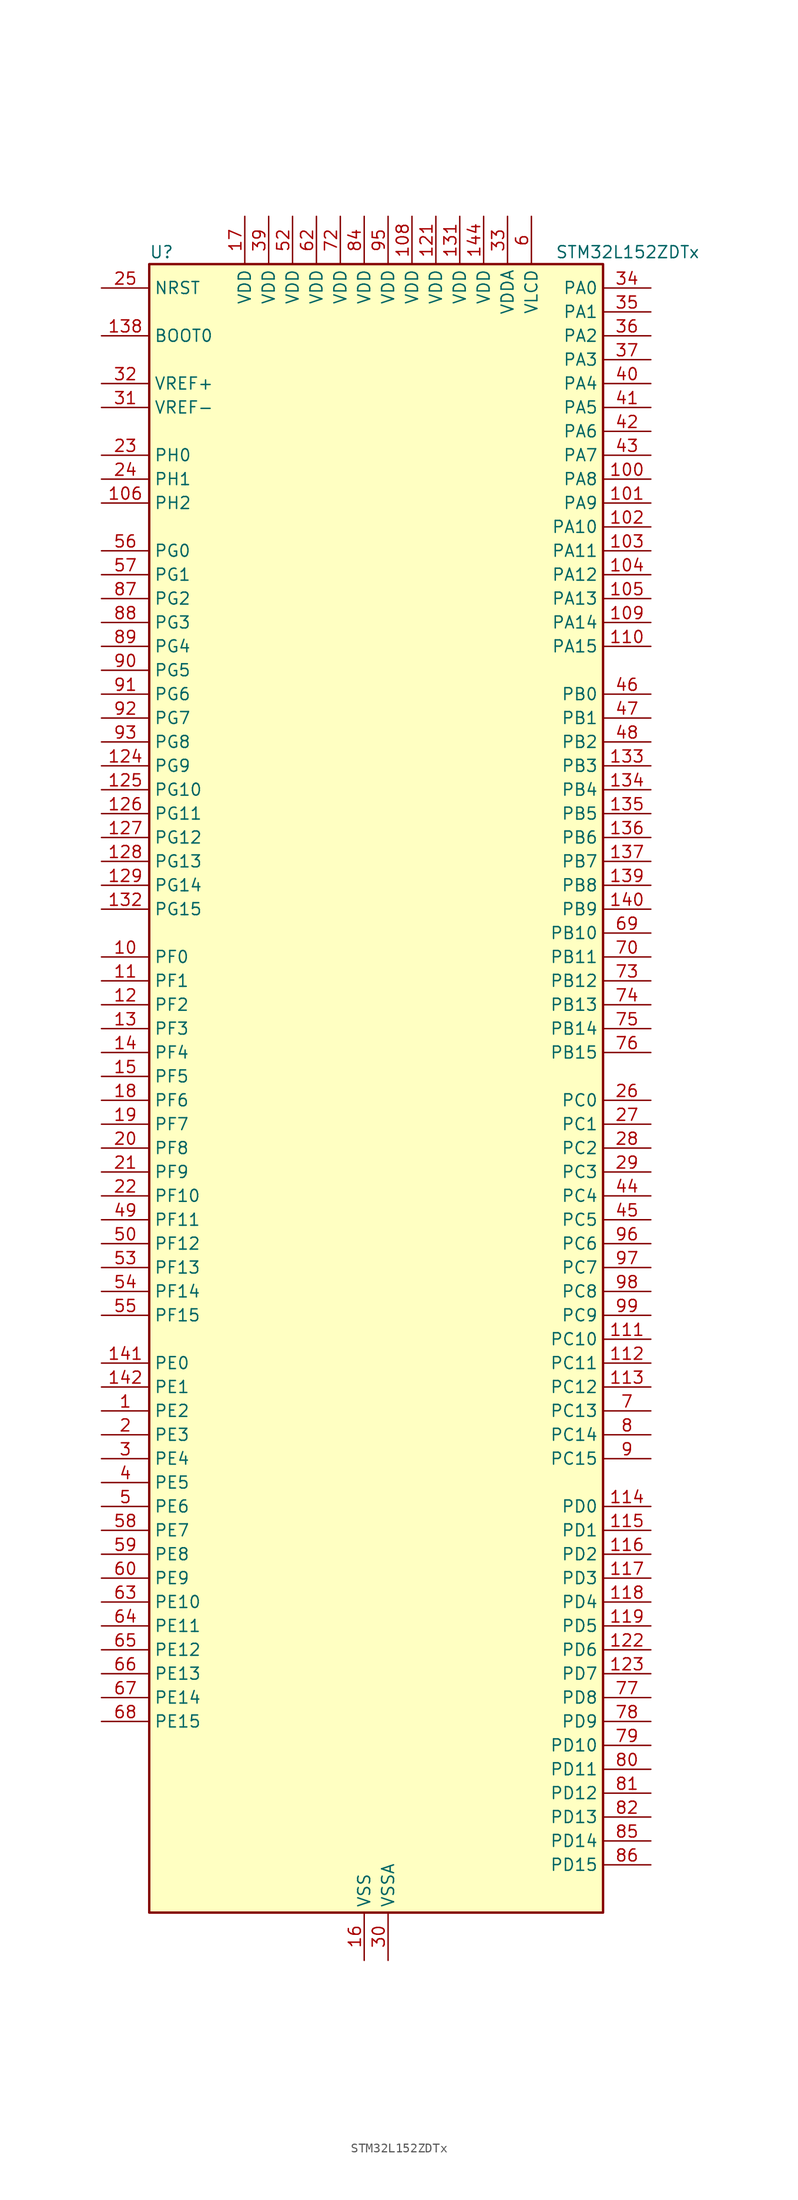
<source format=kicad_sym>
(kicad_symbol_lib
  (version 20231120)
  (generator "kicad-library-utils")
  (generator_version "8.0")
  (symbol "STM32L152ZDTx"
    (property "Reference" "U"
      (at -22.86 90.17 0)
      (effects (font (size 1.27 1.27)) (justify left)))
    (property "Value" "STM32L152ZDTx"
      (at 20.32 90.17 0)
      (effects (font (size 1.27 1.27)) (justify left)))
    (symbol "STM32L152ZDTx_0_1"
      (rectangle (start -22.86 -86.36) (end 25.4 88.9) (stroke (width 0.254) (type default)) (fill (type background))))
    (symbol "STM32L152ZDTx_1_1"
      (pin bidirectional line (at -27.94 -33.02 0) (length 5.08) (name "PE2" (effects (font (size 1.27 1.27)))) (number "1" (effects (font (size 1.27 1.27)))) (alternate "FSMC_A23" bidirectional line) (alternate "LCD_SEG38" bidirectional line) (alternate "SYS_TRACECK" bidirectional line) (alternate "TIM3_ETR" bidirectional line) (alternate "TIMX_IC3" bidirectional line))
      (pin bidirectional line (at -27.94 15.24 0) (length 5.08) (name "PF0" (effects (font (size 1.27 1.27)))) (number "10" (effects (font (size 1.27 1.27)))) (alternate "FSMC_A0" bidirectional line))
      (pin bidirectional line (at 30.48 66.04 180) (length 5.08) (name "PA8" (effects (font (size 1.27 1.27)))) (number "100" (effects (font (size 1.27 1.27)))) (alternate "LCD_COM0" bidirectional line) (alternate "RCC_MCO" bidirectional line) (alternate "TIMX_IC1" bidirectional line) (alternate "TS_G4_IO1" bidirectional line) (alternate "USART1_CK" bidirectional line))
      (pin bidirectional line (at 30.48 63.5 180) (length 5.08) (name "PA9" (effects (font (size 1.27 1.27)))) (number "101" (effects (font (size 1.27 1.27)))) (alternate "DAC_EXTI9" bidirectional line) (alternate "LCD_COM1" bidirectional line) (alternate "TIMX_IC2" bidirectional line) (alternate "TS_G4_IO2" bidirectional line) (alternate "USART1_TX" bidirectional line))
      (pin bidirectional line (at 30.48 60.96 180) (length 5.08) (name "PA10" (effects (font (size 1.27 1.27)))) (number "102" (effects (font (size 1.27 1.27)))) (alternate "LCD_COM2" bidirectional line) (alternate "TIMX_IC3" bidirectional line) (alternate "TS_G4_IO3" bidirectional line) (alternate "USART1_RX" bidirectional line))
      (pin bidirectional line (at 30.48 58.42 180) (length 5.08) (name "PA11" (effects (font (size 1.27 1.27)))) (number "103" (effects (font (size 1.27 1.27)))) (alternate "ADC_EXTI11" bidirectional line) (alternate "SPI1_MISO" bidirectional line) (alternate "TIMX_IC4" bidirectional line) (alternate "USART1_CTS" bidirectional line) (alternate "USB_DM" bidirectional line))
      (pin bidirectional line (at 30.48 55.88 180) (length 5.08) (name "PA12" (effects (font (size 1.27 1.27)))) (number "104" (effects (font (size 1.27 1.27)))) (alternate "SPI1_MOSI" bidirectional line) (alternate "TIMX_IC1" bidirectional line) (alternate "USART1_RTS" bidirectional line) (alternate "USB_DP" bidirectional line))
      (pin bidirectional line (at 30.48 53.34 180) (length 5.08) (name "PA13" (effects (font (size 1.27 1.27)))) (number "105" (effects (font (size 1.27 1.27)))) (alternate "SYS_JTMS-SWDIO" bidirectional line) (alternate "TIMX_IC2" bidirectional line) (alternate "TS_G5_IO1" bidirectional line))
      (pin bidirectional line (at -27.94 63.5 0) (length 5.08) (name "PH2" (effects (font (size 1.27 1.27)))) (number "106" (effects (font (size 1.27 1.27)))) (alternate "FSMC_A22" bidirectional line))
      (pin passive line (at 0 -91.44 90) (length 5.08) hide (name "VSS" (effects (font (size 1.27 1.27)))) (number "107" (effects (font (size 1.27 1.27)))))
      (pin power_in line (at 5.08 93.98 270) (length 5.08) (name "VDD" (effects (font (size 1.27 1.27)))) (number "108" (effects (font (size 1.27 1.27)))))
      (pin bidirectional line (at 30.48 50.8 180) (length 5.08) (name "PA14" (effects (font (size 1.27 1.27)))) (number "109" (effects (font (size 1.27 1.27)))) (alternate "SYS_JTCK-SWCLK" bidirectional line) (alternate "TIMX_IC3" bidirectional line) (alternate "TS_G5_IO2" bidirectional line))
      (pin bidirectional line (at -27.94 12.7 0) (length 5.08) (name "PF1" (effects (font (size 1.27 1.27)))) (number "11" (effects (font (size 1.27 1.27)))) (alternate "FSMC_A1" bidirectional line))
      (pin bidirectional line (at 30.48 48.26 180) (length 5.08) (name "PA15" (effects (font (size 1.27 1.27)))) (number "110" (effects (font (size 1.27 1.27)))) (alternate "ADC_EXTI15" bidirectional line) (alternate "I2S3_WS" bidirectional line) (alternate "LCD_SEG17" bidirectional line) (alternate "SPI1_NSS" bidirectional line) (alternate "SPI3_NSS" bidirectional line) (alternate "SYS_JTDI" bidirectional line) (alternate "TIM2_CH1" bidirectional line) (alternate "TIM2_ETR" bidirectional line) (alternate "TIMX_IC4" bidirectional line) (alternate "TS_G5_IO3" bidirectional line))
      (pin bidirectional line (at 30.48 -25.4 180) (length 5.08) (name "PC10" (effects (font (size 1.27 1.27)))) (number "111" (effects (font (size 1.27 1.27)))) (alternate "I2S3_CK" bidirectional line) (alternate "LCD_COM4" bidirectional line) (alternate "LCD_SEG28" bidirectional line) (alternate "LCD_SEG40" bidirectional line) (alternate "SDIO_D2" bidirectional line) (alternate "SPI3_SCK" bidirectional line) (alternate "TIMX_IC3" bidirectional line) (alternate "UART4_TX" bidirectional line) (alternate "USART3_TX" bidirectional line))
      (pin bidirectional line (at 30.48 -27.94 180) (length 5.08) (name "PC11" (effects (font (size 1.27 1.27)))) (number "112" (effects (font (size 1.27 1.27)))) (alternate "ADC_EXTI11" bidirectional line) (alternate "LCD_COM5" bidirectional line) (alternate "LCD_SEG29" bidirectional line) (alternate "LCD_SEG41" bidirectional line) (alternate "SDIO_D3" bidirectional line) (alternate "SPI3_MISO" bidirectional line) (alternate "TIMX_IC4" bidirectional line) (alternate "UART4_RX" bidirectional line) (alternate "USART3_RX" bidirectional line))
      (pin bidirectional line (at 30.48 -30.48 180) (length 5.08) (name "PC12" (effects (font (size 1.27 1.27)))) (number "113" (effects (font (size 1.27 1.27)))) (alternate "I2S3_SD" bidirectional line) (alternate "LCD_COM6" bidirectional line) (alternate "LCD_SEG30" bidirectional line) (alternate "LCD_SEG42" bidirectional line) (alternate "SDIO_CK" bidirectional line) (alternate "SPI3_MOSI" bidirectional line) (alternate "TIMX_IC1" bidirectional line) (alternate "UART5_TX" bidirectional line) (alternate "USART3_CK" bidirectional line))
      (pin bidirectional line (at 30.48 -43.18 180) (length 5.08) (name "PD0" (effects (font (size 1.27 1.27)))) (number "114" (effects (font (size 1.27 1.27)))) (alternate "FSMC_D2" bidirectional line) (alternate "FSMC_DA2" bidirectional line) (alternate "I2S2_WS" bidirectional line) (alternate "SPI2_NSS" bidirectional line) (alternate "TIM9_CH1" bidirectional line) (alternate "TIMX_IC1" bidirectional line))
      (pin bidirectional line (at 30.48 -45.72 180) (length 5.08) (name "PD1" (effects (font (size 1.27 1.27)))) (number "115" (effects (font (size 1.27 1.27)))) (alternate "FSMC_D3" bidirectional line) (alternate "FSMC_DA3" bidirectional line) (alternate "I2S2_CK" bidirectional line) (alternate "SPI2_SCK" bidirectional line) (alternate "TIMX_IC2" bidirectional line))
      (pin bidirectional line (at 30.48 -48.26 180) (length 5.08) (name "PD2" (effects (font (size 1.27 1.27)))) (number "116" (effects (font (size 1.27 1.27)))) (alternate "LCD_COM7" bidirectional line) (alternate "LCD_SEG31" bidirectional line) (alternate "LCD_SEG43" bidirectional line) (alternate "SDIO_CMD" bidirectional line) (alternate "TIM3_ETR" bidirectional line) (alternate "TIMX_IC3" bidirectional line) (alternate "UART5_RX" bidirectional line))
      (pin bidirectional line (at 30.48 -50.8 180) (length 5.08) (name "PD3" (effects (font (size 1.27 1.27)))) (number "117" (effects (font (size 1.27 1.27)))) (alternate "FSMC_CLK" bidirectional line) (alternate "SPI2_MISO" bidirectional line) (alternate "TIMX_IC4" bidirectional line) (alternate "USART2_CTS" bidirectional line))
      (pin bidirectional line (at 30.48 -53.34 180) (length 5.08) (name "PD4" (effects (font (size 1.27 1.27)))) (number "118" (effects (font (size 1.27 1.27)))) (alternate "FSMC_NOE" bidirectional line) (alternate "I2S2_SD" bidirectional line) (alternate "SPI2_MOSI" bidirectional line) (alternate "TIMX_IC1" bidirectional line) (alternate "USART2_RTS" bidirectional line))
      (pin bidirectional line (at 30.48 -55.88 180) (length 5.08) (name "PD5" (effects (font (size 1.27 1.27)))) (number "119" (effects (font (size 1.27 1.27)))) (alternate "FSMC_NWE" bidirectional line) (alternate "TIMX_IC2" bidirectional line) (alternate "USART2_TX" bidirectional line))
      (pin bidirectional line (at -27.94 10.16 0) (length 5.08) (name "PF2" (effects (font (size 1.27 1.27)))) (number "12" (effects (font (size 1.27 1.27)))) (alternate "FSMC_A2" bidirectional line))
      (pin passive line (at 0 -91.44 90) (length 5.08) hide (name "VSS" (effects (font (size 1.27 1.27)))) (number "120" (effects (font (size 1.27 1.27)))))
      (pin power_in line (at 7.62 93.98 270) (length 5.08) (name "VDD" (effects (font (size 1.27 1.27)))) (number "121" (effects (font (size 1.27 1.27)))))
      (pin bidirectional line (at 30.48 -58.42 180) (length 5.08) (name "PD6" (effects (font (size 1.27 1.27)))) (number "122" (effects (font (size 1.27 1.27)))) (alternate "FSMC_NWAIT" bidirectional line) (alternate "TIMX_IC3" bidirectional line) (alternate "USART2_RX" bidirectional line))
      (pin bidirectional line (at 30.48 -60.96 180) (length 5.08) (name "PD7" (effects (font (size 1.27 1.27)))) (number "123" (effects (font (size 1.27 1.27)))) (alternate "FSMC_NE1" bidirectional line) (alternate "TIM9_CH2" bidirectional line) (alternate "TIMX_IC4" bidirectional line) (alternate "USART2_CK" bidirectional line))
      (pin bidirectional line (at -27.94 35.56 0) (length 5.08) (name "PG9" (effects (font (size 1.27 1.27)))) (number "124" (effects (font (size 1.27 1.27)))) (alternate "DAC_EXTI9" bidirectional line) (alternate "FSMC_NE2" bidirectional line))
      (pin bidirectional line (at -27.94 33.02 0) (length 5.08) (name "PG10" (effects (font (size 1.27 1.27)))) (number "125" (effects (font (size 1.27 1.27)))) (alternate "FSMC_NE3" bidirectional line))
      (pin bidirectional line (at -27.94 30.48 0) (length 5.08) (name "PG11" (effects (font (size 1.27 1.27)))) (number "126" (effects (font (size 1.27 1.27)))) (alternate "ADC_EXTI11" bidirectional line))
      (pin bidirectional line (at -27.94 27.94 0) (length 5.08) (name "PG12" (effects (font (size 1.27 1.27)))) (number "127" (effects (font (size 1.27 1.27)))) (alternate "FSMC_NE4" bidirectional line))
      (pin bidirectional line (at -27.94 25.4 0) (length 5.08) (name "PG13" (effects (font (size 1.27 1.27)))) (number "128" (effects (font (size 1.27 1.27)))) (alternate "FSMC_A24" bidirectional line))
      (pin bidirectional line (at -27.94 22.86 0) (length 5.08) (name "PG14" (effects (font (size 1.27 1.27)))) (number "129" (effects (font (size 1.27 1.27)))) (alternate "FSMC_A25" bidirectional line))
      (pin bidirectional line (at -27.94 7.62 0) (length 5.08) (name "PF3" (effects (font (size 1.27 1.27)))) (number "13" (effects (font (size 1.27 1.27)))) (alternate "FSMC_A3" bidirectional line))
      (pin passive line (at 0 -91.44 90) (length 5.08) hide (name "VSS" (effects (font (size 1.27 1.27)))) (number "130" (effects (font (size 1.27 1.27)))))
      (pin power_in line (at 10.16 93.98 270) (length 5.08) (name "VDD" (effects (font (size 1.27 1.27)))) (number "131" (effects (font (size 1.27 1.27)))))
      (pin bidirectional line (at -27.94 20.32 0) (length 5.08) (name "PG15" (effects (font (size 1.27 1.27)))) (number "132" (effects (font (size 1.27 1.27)))) (alternate "ADC_EXTI15" bidirectional line))
      (pin bidirectional line (at 30.48 35.56 180) (length 5.08) (name "PB3" (effects (font (size 1.27 1.27)))) (number "133" (effects (font (size 1.27 1.27)))) (alternate "COMP2_INM" bidirectional line) (alternate "I2S3_CK" bidirectional line) (alternate "LCD_SEG7" bidirectional line) (alternate "SPI1_SCK" bidirectional line) (alternate "SPI3_SCK" bidirectional line) (alternate "SYS_JTDO-TRACESWO" bidirectional line) (alternate "TIM2_CH2" bidirectional line))
      (pin bidirectional line (at 30.48 33.02 180) (length 5.08) (name "PB4" (effects (font (size 1.27 1.27)))) (number "134" (effects (font (size 1.27 1.27)))) (alternate "COMP2_INP" bidirectional line) (alternate "LCD_SEG8" bidirectional line) (alternate "SPI1_MISO" bidirectional line) (alternate "SPI3_MISO" bidirectional line) (alternate "SYS_JTRST" bidirectional line) (alternate "TIM3_CH1" bidirectional line) (alternate "TS_G6_IO1" bidirectional line))
      (pin bidirectional line (at 30.48 30.48 180) (length 5.08) (name "PB5" (effects (font (size 1.27 1.27)))) (number "135" (effects (font (size 1.27 1.27)))) (alternate "COMP2_INP" bidirectional line) (alternate "I2C1_SMBA" bidirectional line) (alternate "I2S3_SD" bidirectional line) (alternate "LCD_SEG9" bidirectional line) (alternate "SPI1_MOSI" bidirectional line) (alternate "SPI3_MOSI" bidirectional line) (alternate "TIM3_CH2" bidirectional line) (alternate "TS_G6_IO2" bidirectional line))
      (pin bidirectional line (at 30.48 27.94 180) (length 5.08) (name "PB6" (effects (font (size 1.27 1.27)))) (number "136" (effects (font (size 1.27 1.27)))) (alternate "COMP2_INP" bidirectional line) (alternate "I2C1_SCL" bidirectional line) (alternate "TIM4_CH1" bidirectional line) (alternate "TS_G6_IO3" bidirectional line) (alternate "USART1_TX" bidirectional line))
      (pin bidirectional line (at 30.48 25.4 180) (length 5.08) (name "PB7" (effects (font (size 1.27 1.27)))) (number "137" (effects (font (size 1.27 1.27)))) (alternate "COMP2_INP" bidirectional line) (alternate "FSMC_NL" bidirectional line) (alternate "I2C1_SDA" bidirectional line) (alternate "SYS_PVD_IN" bidirectional line) (alternate "TIM4_CH2" bidirectional line) (alternate "TS_G6_IO4" bidirectional line) (alternate "USART1_RX" bidirectional line))
      (pin input line (at -27.94 81.28 0) (length 5.08) (name "BOOT0" (effects (font (size 1.27 1.27)))) (number "138" (effects (font (size 1.27 1.27)))))
      (pin bidirectional line (at 30.48 22.86 180) (length 5.08) (name "PB8" (effects (font (size 1.27 1.27)))) (number "139" (effects (font (size 1.27 1.27)))) (alternate "I2C1_SCL" bidirectional line) (alternate "LCD_SEG16" bidirectional line) (alternate "SDIO_D4" bidirectional line) (alternate "TIM10_CH1" bidirectional line) (alternate "TIM4_CH3" bidirectional line))
      (pin bidirectional line (at -27.94 5.08 0) (length 5.08) (name "PF4" (effects (font (size 1.27 1.27)))) (number "14" (effects (font (size 1.27 1.27)))) (alternate "FSMC_A4" bidirectional line))
      (pin bidirectional line (at 30.48 20.32 180) (length 5.08) (name "PB9" (effects (font (size 1.27 1.27)))) (number "140" (effects (font (size 1.27 1.27)))) (alternate "DAC_EXTI9" bidirectional line) (alternate "I2C1_SDA" bidirectional line) (alternate "LCD_COM3" bidirectional line) (alternate "SDIO_D5" bidirectional line) (alternate "TIM11_CH1" bidirectional line) (alternate "TIM4_CH4" bidirectional line))
      (pin bidirectional line (at -27.94 -27.94 0) (length 5.08) (name "PE0" (effects (font (size 1.27 1.27)))) (number "141" (effects (font (size 1.27 1.27)))) (alternate "FSMC_NBL0" bidirectional line) (alternate "LCD_SEG36" bidirectional line) (alternate "TIM10_CH1" bidirectional line) (alternate "TIM4_ETR" bidirectional line) (alternate "TIMX_IC1" bidirectional line))
      (pin bidirectional line (at -27.94 -30.48 0) (length 5.08) (name "PE1" (effects (font (size 1.27 1.27)))) (number "142" (effects (font (size 1.27 1.27)))) (alternate "FSMC_NBL1" bidirectional line) (alternate "LCD_SEG37" bidirectional line) (alternate "TIM11_CH1" bidirectional line) (alternate "TIMX_IC2" bidirectional line))
      (pin passive line (at 0 -91.44 90) (length 5.08) hide (name "VSS" (effects (font (size 1.27 1.27)))) (number "143" (effects (font (size 1.27 1.27)))))
      (pin power_in line (at 12.7 93.98 270) (length 5.08) (name "VDD" (effects (font (size 1.27 1.27)))) (number "144" (effects (font (size 1.27 1.27)))))
      (pin bidirectional line (at -27.94 2.54 0) (length 5.08) (name "PF5" (effects (font (size 1.27 1.27)))) (number "15" (effects (font (size 1.27 1.27)))) (alternate "FSMC_A5" bidirectional line))
      (pin power_in line (at 0 -91.44 90) (length 5.08) (name "VSS" (effects (font (size 1.27 1.27)))) (number "16" (effects (font (size 1.27 1.27)))))
      (pin power_in line (at -12.7 93.98 270) (length 5.08) (name "VDD" (effects (font (size 1.27 1.27)))) (number "17" (effects (font (size 1.27 1.27)))))
      (pin bidirectional line (at -27.94 0 0) (length 5.08) (name "PF6" (effects (font (size 1.27 1.27)))) (number "18" (effects (font (size 1.27 1.27)))) (alternate "ADC_IN27" bidirectional line) (alternate "TIM5_CH1" bidirectional line) (alternate "TIM5_ETR" bidirectional line) (alternate "TS_G11_IO1" bidirectional line))
      (pin bidirectional line (at -27.94 -2.54 0) (length 5.08) (name "PF7" (effects (font (size 1.27 1.27)))) (number "19" (effects (font (size 1.27 1.27)))) (alternate "ADC_IN28" bidirectional line) (alternate "COMP1_INP" bidirectional line) (alternate "TIM5_CH2" bidirectional line) (alternate "TS_G11_IO2" bidirectional line))
      (pin bidirectional line (at -27.94 -35.56 0) (length 5.08) (name "PE3" (effects (font (size 1.27 1.27)))) (number "2" (effects (font (size 1.27 1.27)))) (alternate "FSMC_A19" bidirectional line) (alternate "LCD_SEG39" bidirectional line) (alternate "SYS_TRACED0" bidirectional line) (alternate "TIM3_CH1" bidirectional line) (alternate "TIMX_IC4" bidirectional line))
      (pin bidirectional line (at -27.94 -5.08 0) (length 5.08) (name "PF8" (effects (font (size 1.27 1.27)))) (number "20" (effects (font (size 1.27 1.27)))) (alternate "ADC_IN29" bidirectional line) (alternate "COMP1_INP" bidirectional line) (alternate "TIM5_CH3" bidirectional line) (alternate "TS_G11_IO3" bidirectional line))
      (pin bidirectional line (at -27.94 -7.62 0) (length 5.08) (name "PF9" (effects (font (size 1.27 1.27)))) (number "21" (effects (font (size 1.27 1.27)))) (alternate "ADC_IN30" bidirectional line) (alternate "COMP1_INP" bidirectional line) (alternate "DAC_EXTI9" bidirectional line) (alternate "TIM5_CH4" bidirectional line) (alternate "TS_G11_IO4" bidirectional line))
      (pin bidirectional line (at -27.94 -10.16 0) (length 5.08) (name "PF10" (effects (font (size 1.27 1.27)))) (number "22" (effects (font (size 1.27 1.27)))) (alternate "ADC_IN31" bidirectional line) (alternate "COMP1_INP" bidirectional line) (alternate "TS_G11_IO5" bidirectional line))
      (pin bidirectional line (at -27.94 68.58 0) (length 5.08) (name "PH0" (effects (font (size 1.27 1.27)))) (number "23" (effects (font (size 1.27 1.27)))) (alternate "RCC_OSC_IN" bidirectional line))
      (pin bidirectional line (at -27.94 66.04 0) (length 5.08) (name "PH1" (effects (font (size 1.27 1.27)))) (number "24" (effects (font (size 1.27 1.27)))) (alternate "RCC_OSC_OUT" bidirectional line))
      (pin input line (at -27.94 86.36 0) (length 5.08) (name "NRST" (effects (font (size 1.27 1.27)))) (number "25" (effects (font (size 1.27 1.27)))))
      (pin bidirectional line (at 30.48 0 180) (length 5.08) (name "PC0" (effects (font (size 1.27 1.27)))) (number "26" (effects (font (size 1.27 1.27)))) (alternate "ADC_IN10" bidirectional line) (alternate "COMP1_INP" bidirectional line) (alternate "LCD_SEG18" bidirectional line) (alternate "TIMX_IC1" bidirectional line) (alternate "TS_G8_IO1" bidirectional line))
      (pin bidirectional line (at 30.48 -2.54 180) (length 5.08) (name "PC1" (effects (font (size 1.27 1.27)))) (number "27" (effects (font (size 1.27 1.27)))) (alternate "ADC_IN11" bidirectional line) (alternate "COMP1_INP" bidirectional line) (alternate "LCD_SEG19" bidirectional line) (alternate "OPAMP3_VINP" bidirectional line) (alternate "TIMX_IC2" bidirectional line) (alternate "TS_G8_IO2" bidirectional line))
      (pin bidirectional line (at 30.48 -5.08 180) (length 5.08) (name "PC2" (effects (font (size 1.27 1.27)))) (number "28" (effects (font (size 1.27 1.27)))) (alternate "ADC_IN12" bidirectional line) (alternate "COMP1_INP" bidirectional line) (alternate "LCD_SEG20" bidirectional line) (alternate "OPAMP3_VINM" bidirectional line) (alternate "TIMX_IC3" bidirectional line) (alternate "TS_G8_IO3" bidirectional line))
      (pin bidirectional line (at 30.48 -7.62 180) (length 5.08) (name "PC3" (effects (font (size 1.27 1.27)))) (number "29" (effects (font (size 1.27 1.27)))) (alternate "ADC_IN13" bidirectional line) (alternate "COMP1_INP" bidirectional line) (alternate "LCD_SEG21" bidirectional line) (alternate "OPAMP3_VOUT" bidirectional line) (alternate "TIMX_IC4" bidirectional line) (alternate "TS_G8_IO4" bidirectional line))
      (pin bidirectional line (at -27.94 -38.1 0) (length 5.08) (name "PE4" (effects (font (size 1.27 1.27)))) (number "3" (effects (font (size 1.27 1.27)))) (alternate "FSMC_A20" bidirectional line) (alternate "SYS_TRACED1" bidirectional line) (alternate "TIM3_CH2" bidirectional line) (alternate "TIMX_IC1" bidirectional line))
      (pin power_in line (at 2.54 -91.44 90) (length 5.08) (name "VSSA" (effects (font (size 1.27 1.27)))) (number "30" (effects (font (size 1.27 1.27)))))
      (pin input line (at -27.94 73.66 0) (length 5.08) (name "VREF-" (effects (font (size 1.27 1.27)))) (number "31" (effects (font (size 1.27 1.27)))))
      (pin input line (at -27.94 76.2 0) (length 5.08) (name "VREF+" (effects (font (size 1.27 1.27)))) (number "32" (effects (font (size 1.27 1.27)))))
      (pin power_in line (at 15.24 93.98 270) (length 5.08) (name "VDDA" (effects (font (size 1.27 1.27)))) (number "33" (effects (font (size 1.27 1.27)))))
      (pin bidirectional line (at 30.48 86.36 180) (length 5.08) (name "PA0" (effects (font (size 1.27 1.27)))) (number "34" (effects (font (size 1.27 1.27)))) (alternate "ADC_IN0" bidirectional line) (alternate "COMP1_INP" bidirectional line) (alternate "RTC_TAMP2" bidirectional line) (alternate "SYS_WKUP1" bidirectional line) (alternate "TIM2_CH1" bidirectional line) (alternate "TIM2_ETR" bidirectional line) (alternate "TIM5_CH1" bidirectional line) (alternate "TIMX_IC1" bidirectional line) (alternate "TS_G1_IO1" bidirectional line) (alternate "USART2_CTS" bidirectional line))
      (pin bidirectional line (at 30.48 83.82 180) (length 5.08) (name "PA1" (effects (font (size 1.27 1.27)))) (number "35" (effects (font (size 1.27 1.27)))) (alternate "ADC_IN1" bidirectional line) (alternate "COMP1_INP" bidirectional line) (alternate "LCD_SEG0" bidirectional line) (alternate "OPAMP1_VINP" bidirectional line) (alternate "TIM2_CH2" bidirectional line) (alternate "TIM5_CH2" bidirectional line) (alternate "TIMX_IC2" bidirectional line) (alternate "TS_G1_IO2" bidirectional line) (alternate "USART2_RTS" bidirectional line))
      (pin bidirectional line (at 30.48 81.28 180) (length 5.08) (name "PA2" (effects (font (size 1.27 1.27)))) (number "36" (effects (font (size 1.27 1.27)))) (alternate "ADC_IN2" bidirectional line) (alternate "COMP1_INP" bidirectional line) (alternate "LCD_SEG1" bidirectional line) (alternate "OPAMP1_VINM" bidirectional line) (alternate "TIM2_CH3" bidirectional line) (alternate "TIM5_CH3" bidirectional line) (alternate "TIM9_CH1" bidirectional line) (alternate "TIMX_IC3" bidirectional line) (alternate "TS_G1_IO3" bidirectional line) (alternate "USART2_TX" bidirectional line))
      (pin bidirectional line (at 30.48 78.74 180) (length 5.08) (name "PA3" (effects (font (size 1.27 1.27)))) (number "37" (effects (font (size 1.27 1.27)))) (alternate "ADC_IN3" bidirectional line) (alternate "COMP1_INP" bidirectional line) (alternate "LCD_SEG2" bidirectional line) (alternate "OPAMP1_VOUT" bidirectional line) (alternate "TIM2_CH4" bidirectional line) (alternate "TIM5_CH4" bidirectional line) (alternate "TIM9_CH2" bidirectional line) (alternate "TIMX_IC4" bidirectional line) (alternate "TS_G1_IO4" bidirectional line) (alternate "USART2_RX" bidirectional line))
      (pin passive line (at 0 -91.44 90) (length 5.08) hide (name "VSS" (effects (font (size 1.27 1.27)))) (number "38" (effects (font (size 1.27 1.27)))))
      (pin power_in line (at -10.16 93.98 270) (length 5.08) (name "VDD" (effects (font (size 1.27 1.27)))) (number "39" (effects (font (size 1.27 1.27)))))
      (pin bidirectional line (at -27.94 -40.64 0) (length 5.08) (name "PE5" (effects (font (size 1.27 1.27)))) (number "4" (effects (font (size 1.27 1.27)))) (alternate "FSMC_A21" bidirectional line) (alternate "SYS_TRACED2" bidirectional line) (alternate "TIM9_CH1" bidirectional line) (alternate "TIMX_IC2" bidirectional line))
      (pin bidirectional line (at 30.48 76.2 180) (length 5.08) (name "PA4" (effects (font (size 1.27 1.27)))) (number "40" (effects (font (size 1.27 1.27)))) (alternate "ADC_IN4" bidirectional line) (alternate "COMP1_INP" bidirectional line) (alternate "DAC_OUT1" bidirectional line) (alternate "I2S3_WS" bidirectional line) (alternate "SPI1_NSS" bidirectional line) (alternate "SPI3_NSS" bidirectional line) (alternate "TIMX_IC1" bidirectional line) (alternate "USART2_CK" bidirectional line))
      (pin bidirectional line (at 30.48 73.66 180) (length 5.08) (name "PA5" (effects (font (size 1.27 1.27)))) (number "41" (effects (font (size 1.27 1.27)))) (alternate "ADC_IN5" bidirectional line) (alternate "COMP1_INP" bidirectional line) (alternate "DAC_OUT2" bidirectional line) (alternate "SPI1_SCK" bidirectional line) (alternate "TIM2_CH1" bidirectional line) (alternate "TIM2_ETR" bidirectional line) (alternate "TIMX_IC2" bidirectional line))
      (pin bidirectional line (at 30.48 71.12 180) (length 5.08) (name "PA6" (effects (font (size 1.27 1.27)))) (number "42" (effects (font (size 1.27 1.27)))) (alternate "ADC_IN6" bidirectional line) (alternate "COMP1_INP" bidirectional line) (alternate "LCD_SEG3" bidirectional line) (alternate "OPAMP2_VINP" bidirectional line) (alternate "SPI1_MISO" bidirectional line) (alternate "TIM10_CH1" bidirectional line) (alternate "TIM3_CH1" bidirectional line) (alternate "TIMX_IC3" bidirectional line) (alternate "TS_G2_IO1" bidirectional line))
      (pin bidirectional line (at 30.48 68.58 180) (length 5.08) (name "PA7" (effects (font (size 1.27 1.27)))) (number "43" (effects (font (size 1.27 1.27)))) (alternate "ADC_IN7" bidirectional line) (alternate "COMP1_INP" bidirectional line) (alternate "LCD_SEG4" bidirectional line) (alternate "OPAMP2_VINM" bidirectional line) (alternate "SPI1_MOSI" bidirectional line) (alternate "TIM11_CH1" bidirectional line) (alternate "TIM3_CH2" bidirectional line) (alternate "TIMX_IC4" bidirectional line) (alternate "TS_G2_IO2" bidirectional line))
      (pin bidirectional line (at 30.48 -10.16 180) (length 5.08) (name "PC4" (effects (font (size 1.27 1.27)))) (number "44" (effects (font (size 1.27 1.27)))) (alternate "ADC_IN14" bidirectional line) (alternate "COMP1_INP" bidirectional line) (alternate "LCD_SEG22" bidirectional line) (alternate "TIMX_IC1" bidirectional line) (alternate "TS_G9_IO1" bidirectional line))
      (pin bidirectional line (at 30.48 -12.7 180) (length 5.08) (name "PC5" (effects (font (size 1.27 1.27)))) (number "45" (effects (font (size 1.27 1.27)))) (alternate "ADC_IN15" bidirectional line) (alternate "COMP1_INP" bidirectional line) (alternate "LCD_SEG23" bidirectional line) (alternate "TIMX_IC2" bidirectional line) (alternate "TS_G9_IO2" bidirectional line))
      (pin bidirectional line (at 30.48 43.18 180) (length 5.08) (name "PB0" (effects (font (size 1.27 1.27)))) (number "46" (effects (font (size 1.27 1.27)))) (alternate "ADC_IN8" bidirectional line) (alternate "COMP1_INP" bidirectional line) (alternate "LCD_SEG5" bidirectional line) (alternate "OPAMP2_VOUT" bidirectional line) (alternate "SYS_V_REF_OUT" bidirectional line) (alternate "TIM3_CH3" bidirectional line) (alternate "TS_G3_IO1" bidirectional line))
      (pin bidirectional line (at 30.48 40.64 180) (length 5.08) (name "PB1" (effects (font (size 1.27 1.27)))) (number "47" (effects (font (size 1.27 1.27)))) (alternate "ADC_IN9" bidirectional line) (alternate "COMP1_INP" bidirectional line) (alternate "LCD_SEG6" bidirectional line) (alternate "SYS_V_REF_OUT" bidirectional line) (alternate "TIM3_CH4" bidirectional line) (alternate "TS_G3_IO2" bidirectional line))
      (pin bidirectional line (at 30.48 38.1 180) (length 5.08) (name "PB2" (effects (font (size 1.27 1.27)))) (number "48" (effects (font (size 1.27 1.27)))) (alternate "ADC_IN0b" bidirectional line) (alternate "TS_G3_IO3" bidirectional line))
      (pin bidirectional line (at -27.94 -12.7 0) (length 5.08) (name "PF11" (effects (font (size 1.27 1.27)))) (number "49" (effects (font (size 1.27 1.27)))) (alternate "ADC_EXTI11" bidirectional line) (alternate "ADC_IN1b" bidirectional line) (alternate "TS_G3_IO4" bidirectional line))
      (pin bidirectional line (at -27.94 -43.18 0) (length 5.08) (name "PE6" (effects (font (size 1.27 1.27)))) (number "5" (effects (font (size 1.27 1.27)))) (alternate "RTC_TAMP3" bidirectional line) (alternate "SYS_TRACED3" bidirectional line) (alternate "SYS_WKUP3" bidirectional line) (alternate "TIM9_CH2" bidirectional line) (alternate "TIMX_IC3" bidirectional line))
      (pin bidirectional line (at -27.94 -15.24 0) (length 5.08) (name "PF12" (effects (font (size 1.27 1.27)))) (number "50" (effects (font (size 1.27 1.27)))) (alternate "ADC_IN2b" bidirectional line) (alternate "FSMC_A6" bidirectional line) (alternate "TS_G3_IO5" bidirectional line))
      (pin passive line (at 0 -91.44 90) (length 5.08) hide (name "VSS" (effects (font (size 1.27 1.27)))) (number "51" (effects (font (size 1.27 1.27)))))
      (pin power_in line (at -7.62 93.98 270) (length 5.08) (name "VDD" (effects (font (size 1.27 1.27)))) (number "52" (effects (font (size 1.27 1.27)))))
      (pin bidirectional line (at -27.94 -17.78 0) (length 5.08) (name "PF13" (effects (font (size 1.27 1.27)))) (number "53" (effects (font (size 1.27 1.27)))) (alternate "ADC_IN3b" bidirectional line) (alternate "FSMC_A7" bidirectional line) (alternate "TS_G9_IO3" bidirectional line))
      (pin bidirectional line (at -27.94 -20.32 0) (length 5.08) (name "PF14" (effects (font (size 1.27 1.27)))) (number "54" (effects (font (size 1.27 1.27)))) (alternate "ADC_IN6b" bidirectional line) (alternate "FSMC_A8" bidirectional line) (alternate "TS_G9_IO4" bidirectional line))
      (pin bidirectional line (at -27.94 -22.86 0) (length 5.08) (name "PF15" (effects (font (size 1.27 1.27)))) (number "55" (effects (font (size 1.27 1.27)))) (alternate "ADC_EXTI15" bidirectional line) (alternate "ADC_IN7b" bidirectional line) (alternate "FSMC_A9" bidirectional line) (alternate "TS_G2_IO3" bidirectional line))
      (pin bidirectional line (at -27.94 58.42 0) (length 5.08) (name "PG0" (effects (font (size 1.27 1.27)))) (number "56" (effects (font (size 1.27 1.27)))) (alternate "ADC_IN8b" bidirectional line) (alternate "FSMC_A10" bidirectional line) (alternate "TS_G2_IO4" bidirectional line))
      (pin bidirectional line (at -27.94 55.88 0) (length 5.08) (name "PG1" (effects (font (size 1.27 1.27)))) (number "57" (effects (font (size 1.27 1.27)))) (alternate "ADC_IN9b" bidirectional line) (alternate "FSMC_A11" bidirectional line) (alternate "TS_G2_IO5" bidirectional line))
      (pin bidirectional line (at -27.94 -45.72 0) (length 5.08) (name "PE7" (effects (font (size 1.27 1.27)))) (number "58" (effects (font (size 1.27 1.27)))) (alternate "ADC_IN22" bidirectional line) (alternate "COMP1_INP" bidirectional line) (alternate "FSMC_D4" bidirectional line) (alternate "FSMC_DA4" bidirectional line) (alternate "TIMX_IC4" bidirectional line))
      (pin bidirectional line (at -27.94 -48.26 0) (length 5.08) (name "PE8" (effects (font (size 1.27 1.27)))) (number "59" (effects (font (size 1.27 1.27)))) (alternate "ADC_IN23" bidirectional line) (alternate "COMP1_INP" bidirectional line) (alternate "FSMC_D5" bidirectional line) (alternate "FSMC_DA5" bidirectional line) (alternate "TIMX_IC1" bidirectional line))
      (pin power_in line (at 17.78 93.98 270) (length 5.08) (name "VLCD" (effects (font (size 1.27 1.27)))) (number "6" (effects (font (size 1.27 1.27)))))
      (pin bidirectional line (at -27.94 -50.8 0) (length 5.08) (name "PE9" (effects (font (size 1.27 1.27)))) (number "60" (effects (font (size 1.27 1.27)))) (alternate "ADC_IN24" bidirectional line) (alternate "COMP1_INP" bidirectional line) (alternate "DAC_EXTI9" bidirectional line) (alternate "FSMC_D6" bidirectional line) (alternate "FSMC_DA6" bidirectional line) (alternate "TIM2_CH1" bidirectional line) (alternate "TIM2_ETR" bidirectional line) (alternate "TIMX_IC2" bidirectional line))
      (pin passive line (at 0 -91.44 90) (length 5.08) hide (name "VSS" (effects (font (size 1.27 1.27)))) (number "61" (effects (font (size 1.27 1.27)))))
      (pin power_in line (at -5.08 93.98 270) (length 5.08) (name "VDD" (effects (font (size 1.27 1.27)))) (number "62" (effects (font (size 1.27 1.27)))))
      (pin bidirectional line (at -27.94 -53.34 0) (length 5.08) (name "PE10" (effects (font (size 1.27 1.27)))) (number "63" (effects (font (size 1.27 1.27)))) (alternate "ADC_IN25" bidirectional line) (alternate "COMP1_INP" bidirectional line) (alternate "FSMC_D7" bidirectional line) (alternate "FSMC_DA7" bidirectional line) (alternate "TIM2_CH2" bidirectional line) (alternate "TIMX_IC3" bidirectional line))
      (pin bidirectional line (at -27.94 -55.88 0) (length 5.08) (name "PE11" (effects (font (size 1.27 1.27)))) (number "64" (effects (font (size 1.27 1.27)))) (alternate "ADC_EXTI11" bidirectional line) (alternate "FSMC_D8" bidirectional line) (alternate "FSMC_DA8" bidirectional line) (alternate "TIM2_CH3" bidirectional line) (alternate "TIMX_IC4" bidirectional line))
      (pin bidirectional line (at -27.94 -58.42 0) (length 5.08) (name "PE12" (effects (font (size 1.27 1.27)))) (number "65" (effects (font (size 1.27 1.27)))) (alternate "FSMC_D9" bidirectional line) (alternate "FSMC_DA9" bidirectional line) (alternate "SPI1_NSS" bidirectional line) (alternate "TIM2_CH4" bidirectional line) (alternate "TIMX_IC1" bidirectional line))
      (pin bidirectional line (at -27.94 -60.96 0) (length 5.08) (name "PE13" (effects (font (size 1.27 1.27)))) (number "66" (effects (font (size 1.27 1.27)))) (alternate "FSMC_D10" bidirectional line) (alternate "FSMC_DA10" bidirectional line) (alternate "SPI1_SCK" bidirectional line) (alternate "TIMX_IC2" bidirectional line))
      (pin bidirectional line (at -27.94 -63.5 0) (length 5.08) (name "PE14" (effects (font (size 1.27 1.27)))) (number "67" (effects (font (size 1.27 1.27)))) (alternate "FSMC_D11" bidirectional line) (alternate "FSMC_DA11" bidirectional line) (alternate "SPI1_MISO" bidirectional line) (alternate "TIMX_IC3" bidirectional line))
      (pin bidirectional line (at -27.94 -66.04 0) (length 5.08) (name "PE15" (effects (font (size 1.27 1.27)))) (number "68" (effects (font (size 1.27 1.27)))) (alternate "ADC_EXTI15" bidirectional line) (alternate "FSMC_D12" bidirectional line) (alternate "FSMC_DA12" bidirectional line) (alternate "SPI1_MOSI" bidirectional line) (alternate "TIMX_IC4" bidirectional line))
      (pin bidirectional line (at 30.48 17.78 180) (length 5.08) (name "PB10" (effects (font (size 1.27 1.27)))) (number "69" (effects (font (size 1.27 1.27)))) (alternate "I2C2_SCL" bidirectional line) (alternate "LCD_SEG10" bidirectional line) (alternate "TIM2_CH3" bidirectional line) (alternate "USART3_TX" bidirectional line))
      (pin bidirectional line (at 30.48 -33.02 180) (length 5.08) (name "PC13" (effects (font (size 1.27 1.27)))) (number "7" (effects (font (size 1.27 1.27)))) (alternate "RTC_OUT_ALARM" bidirectional line) (alternate "RTC_OUT_CALIB" bidirectional line) (alternate "RTC_TAMP1" bidirectional line) (alternate "RTC_TS" bidirectional line) (alternate "SYS_WKUP2" bidirectional line) (alternate "TIMX_IC2" bidirectional line))
      (pin bidirectional line (at 30.48 15.24 180) (length 5.08) (name "PB11" (effects (font (size 1.27 1.27)))) (number "70" (effects (font (size 1.27 1.27)))) (alternate "ADC_EXTI11" bidirectional line) (alternate "I2C2_SDA" bidirectional line) (alternate "LCD_SEG11" bidirectional line) (alternate "TIM2_CH4" bidirectional line) (alternate "USART3_RX" bidirectional line))
      (pin passive line (at 0 -91.44 90) (length 5.08) hide (name "VSS" (effects (font (size 1.27 1.27)))) (number "71" (effects (font (size 1.27 1.27)))))
      (pin power_in line (at -2.54 93.98 270) (length 5.08) (name "VDD" (effects (font (size 1.27 1.27)))) (number "72" (effects (font (size 1.27 1.27)))))
      (pin bidirectional line (at 30.48 12.7 180) (length 5.08) (name "PB12" (effects (font (size 1.27 1.27)))) (number "73" (effects (font (size 1.27 1.27)))) (alternate "ADC_IN18" bidirectional line) (alternate "COMP1_INP" bidirectional line) (alternate "I2C2_SMBA" bidirectional line) (alternate "I2S2_WS" bidirectional line) (alternate "LCD_SEG12" bidirectional line) (alternate "SPI2_NSS" bidirectional line) (alternate "TIM10_CH1" bidirectional line) (alternate "TS_G7_IO1" bidirectional line) (alternate "USART3_CK" bidirectional line))
      (pin bidirectional line (at 30.48 10.16 180) (length 5.08) (name "PB13" (effects (font (size 1.27 1.27)))) (number "74" (effects (font (size 1.27 1.27)))) (alternate "ADC_IN19" bidirectional line) (alternate "COMP1_INP" bidirectional line) (alternate "I2S2_CK" bidirectional line) (alternate "LCD_SEG13" bidirectional line) (alternate "SPI2_SCK" bidirectional line) (alternate "TIM9_CH1" bidirectional line) (alternate "TS_G7_IO2" bidirectional line) (alternate "USART3_CTS" bidirectional line))
      (pin bidirectional line (at 30.48 7.62 180) (length 5.08) (name "PB14" (effects (font (size 1.27 1.27)))) (number "75" (effects (font (size 1.27 1.27)))) (alternate "ADC_IN20" bidirectional line) (alternate "COMP1_INP" bidirectional line) (alternate "LCD_SEG14" bidirectional line) (alternate "SPI2_MISO" bidirectional line) (alternate "TIM9_CH2" bidirectional line) (alternate "TS_G7_IO3" bidirectional line) (alternate "USART3_RTS" bidirectional line))
      (pin bidirectional line (at 30.48 5.08 180) (length 5.08) (name "PB15" (effects (font (size 1.27 1.27)))) (number "76" (effects (font (size 1.27 1.27)))) (alternate "ADC_EXTI15" bidirectional line) (alternate "ADC_IN21" bidirectional line) (alternate "COMP1_INP" bidirectional line) (alternate "I2S2_SD" bidirectional line) (alternate "LCD_SEG15" bidirectional line) (alternate "RTC_REFIN" bidirectional line) (alternate "SPI2_MOSI" bidirectional line) (alternate "TIM11_CH1" bidirectional line) (alternate "TS_G7_IO4" bidirectional line))
      (pin bidirectional line (at 30.48 -63.5 180) (length 5.08) (name "PD8" (effects (font (size 1.27 1.27)))) (number "77" (effects (font (size 1.27 1.27)))) (alternate "FSMC_D13" bidirectional line) (alternate "FSMC_DA13" bidirectional line) (alternate "LCD_SEG28" bidirectional line) (alternate "TIMX_IC1" bidirectional line) (alternate "USART3_TX" bidirectional line))
      (pin bidirectional line (at 30.48 -66.04 180) (length 5.08) (name "PD9" (effects (font (size 1.27 1.27)))) (number "78" (effects (font (size 1.27 1.27)))) (alternate "DAC_EXTI9" bidirectional line) (alternate "FSMC_D14" bidirectional line) (alternate "FSMC_DA14" bidirectional line) (alternate "LCD_SEG29" bidirectional line) (alternate "TIMX_IC2" bidirectional line) (alternate "USART3_RX" bidirectional line))
      (pin bidirectional line (at 30.48 -68.58 180) (length 5.08) (name "PD10" (effects (font (size 1.27 1.27)))) (number "79" (effects (font (size 1.27 1.27)))) (alternate "FSMC_D15" bidirectional line) (alternate "FSMC_DA15" bidirectional line) (alternate "LCD_SEG30" bidirectional line) (alternate "TIMX_IC3" bidirectional line) (alternate "USART3_CK" bidirectional line))
      (pin bidirectional line (at 30.48 -35.56 180) (length 5.08) (name "PC14" (effects (font (size 1.27 1.27)))) (number "8" (effects (font (size 1.27 1.27)))) (alternate "RCC_OSC32_IN" bidirectional line) (alternate "TIMX_IC3" bidirectional line))
      (pin bidirectional line (at 30.48 -71.12 180) (length 5.08) (name "PD11" (effects (font (size 1.27 1.27)))) (number "80" (effects (font (size 1.27 1.27)))) (alternate "ADC_EXTI11" bidirectional line) (alternate "FSMC_A16" bidirectional line) (alternate "LCD_SEG31" bidirectional line) (alternate "TIMX_IC4" bidirectional line) (alternate "USART3_CTS" bidirectional line))
      (pin bidirectional line (at 30.48 -73.66 180) (length 5.08) (name "PD12" (effects (font (size 1.27 1.27)))) (number "81" (effects (font (size 1.27 1.27)))) (alternate "FSMC_A17" bidirectional line) (alternate "LCD_SEG32" bidirectional line) (alternate "TIM4_CH1" bidirectional line) (alternate "TIMX_IC1" bidirectional line) (alternate "USART3_RTS" bidirectional line))
      (pin bidirectional line (at 30.48 -76.2 180) (length 5.08) (name "PD13" (effects (font (size 1.27 1.27)))) (number "82" (effects (font (size 1.27 1.27)))) (alternate "FSMC_A18" bidirectional line) (alternate "LCD_SEG33" bidirectional line) (alternate "TIM4_CH2" bidirectional line) (alternate "TIMX_IC2" bidirectional line))
      (pin passive line (at 0 -91.44 90) (length 5.08) hide (name "VSS" (effects (font (size 1.27 1.27)))) (number "83" (effects (font (size 1.27 1.27)))))
      (pin power_in line (at 0 93.98 270) (length 5.08) (name "VDD" (effects (font (size 1.27 1.27)))) (number "84" (effects (font (size 1.27 1.27)))))
      (pin bidirectional line (at 30.48 -78.74 180) (length 5.08) (name "PD14" (effects (font (size 1.27 1.27)))) (number "85" (effects (font (size 1.27 1.27)))) (alternate "FSMC_D0" bidirectional line) (alternate "FSMC_DA0" bidirectional line) (alternate "LCD_SEG34" bidirectional line) (alternate "TIM4_CH3" bidirectional line) (alternate "TIMX_IC3" bidirectional line))
      (pin bidirectional line (at 30.48 -81.28 180) (length 5.08) (name "PD15" (effects (font (size 1.27 1.27)))) (number "86" (effects (font (size 1.27 1.27)))) (alternate "ADC_EXTI15" bidirectional line) (alternate "FSMC_D1" bidirectional line) (alternate "FSMC_DA1" bidirectional line) (alternate "LCD_SEG35" bidirectional line) (alternate "TIM4_CH4" bidirectional line) (alternate "TIMX_IC4" bidirectional line))
      (pin bidirectional line (at -27.94 53.34 0) (length 5.08) (name "PG2" (effects (font (size 1.27 1.27)))) (number "87" (effects (font (size 1.27 1.27)))) (alternate "ADC_IN10b" bidirectional line) (alternate "FSMC_A12" bidirectional line) (alternate "TS_G7_IO5" bidirectional line))
      (pin bidirectional line (at -27.94 50.8 0) (length 5.08) (name "PG3" (effects (font (size 1.27 1.27)))) (number "88" (effects (font (size 1.27 1.27)))) (alternate "ADC_IN11b" bidirectional line) (alternate "FSMC_A13" bidirectional line) (alternate "TS_G7_IO6" bidirectional line))
      (pin bidirectional line (at -27.94 48.26 0) (length 5.08) (name "PG4" (effects (font (size 1.27 1.27)))) (number "89" (effects (font (size 1.27 1.27)))) (alternate "ADC_IN12b" bidirectional line) (alternate "FSMC_A14" bidirectional line) (alternate "TS_G7_IO7" bidirectional line))
      (pin bidirectional line (at 30.48 -38.1 180) (length 5.08) (name "PC15" (effects (font (size 1.27 1.27)))) (number "9" (effects (font (size 1.27 1.27)))) (alternate "ADC_EXTI15" bidirectional line) (alternate "RCC_OSC32_OUT" bidirectional line) (alternate "TIMX_IC4" bidirectional line))
      (pin bidirectional line (at -27.94 45.72 0) (length 5.08) (name "PG5" (effects (font (size 1.27 1.27)))) (number "90" (effects (font (size 1.27 1.27)))) (alternate "FSMC_A15" bidirectional line))
      (pin bidirectional line (at -27.94 43.18 0) (length 5.08) (name "PG6" (effects (font (size 1.27 1.27)))) (number "91" (effects (font (size 1.27 1.27)))))
      (pin bidirectional line (at -27.94 40.64 0) (length 5.08) (name "PG7" (effects (font (size 1.27 1.27)))) (number "92" (effects (font (size 1.27 1.27)))))
      (pin bidirectional line (at -27.94 38.1 0) (length 5.08) (name "PG8" (effects (font (size 1.27 1.27)))) (number "93" (effects (font (size 1.27 1.27)))))
      (pin passive line (at 0 -91.44 90) (length 5.08) hide (name "VSS" (effects (font (size 1.27 1.27)))) (number "94" (effects (font (size 1.27 1.27)))))
      (pin power_in line (at 2.54 93.98 270) (length 5.08) (name "VDD" (effects (font (size 1.27 1.27)))) (number "95" (effects (font (size 1.27 1.27)))))
      (pin bidirectional line (at 30.48 -15.24 180) (length 5.08) (name "PC6" (effects (font (size 1.27 1.27)))) (number "96" (effects (font (size 1.27 1.27)))) (alternate "I2S2_MCK" bidirectional line) (alternate "LCD_SEG24" bidirectional line) (alternate "SDIO_D6" bidirectional line) (alternate "TIM3_CH1" bidirectional line) (alternate "TIMX_IC3" bidirectional line) (alternate "TS_G10_IO1" bidirectional line))
      (pin bidirectional line (at 30.48 -17.78 180) (length 5.08) (name "PC7" (effects (font (size 1.27 1.27)))) (number "97" (effects (font (size 1.27 1.27)))) (alternate "I2S3_MCK" bidirectional line) (alternate "LCD_SEG25" bidirectional line) (alternate "SDIO_D7" bidirectional line) (alternate "TIM3_CH2" bidirectional line) (alternate "TIMX_IC4" bidirectional line) (alternate "TS_G10_IO2" bidirectional line))
      (pin bidirectional line (at 30.48 -20.32 180) (length 5.08) (name "PC8" (effects (font (size 1.27 1.27)))) (number "98" (effects (font (size 1.27 1.27)))) (alternate "LCD_SEG26" bidirectional line) (alternate "SDIO_D0" bidirectional line) (alternate "TIM3_CH3" bidirectional line) (alternate "TIMX_IC1" bidirectional line) (alternate "TS_G10_IO3" bidirectional line))
      (pin bidirectional line (at 30.48 -22.86 180) (length 5.08) (name "PC9" (effects (font (size 1.27 1.27)))) (number "99" (effects (font (size 1.27 1.27)))) (alternate "DAC_EXTI9" bidirectional line) (alternate "LCD_SEG27" bidirectional line) (alternate "SDIO_D1" bidirectional line) (alternate "TIM3_CH4" bidirectional line) (alternate "TIMX_IC2" bidirectional line) (alternate "TS_G10_IO4" bidirectional line)))))
</source>
